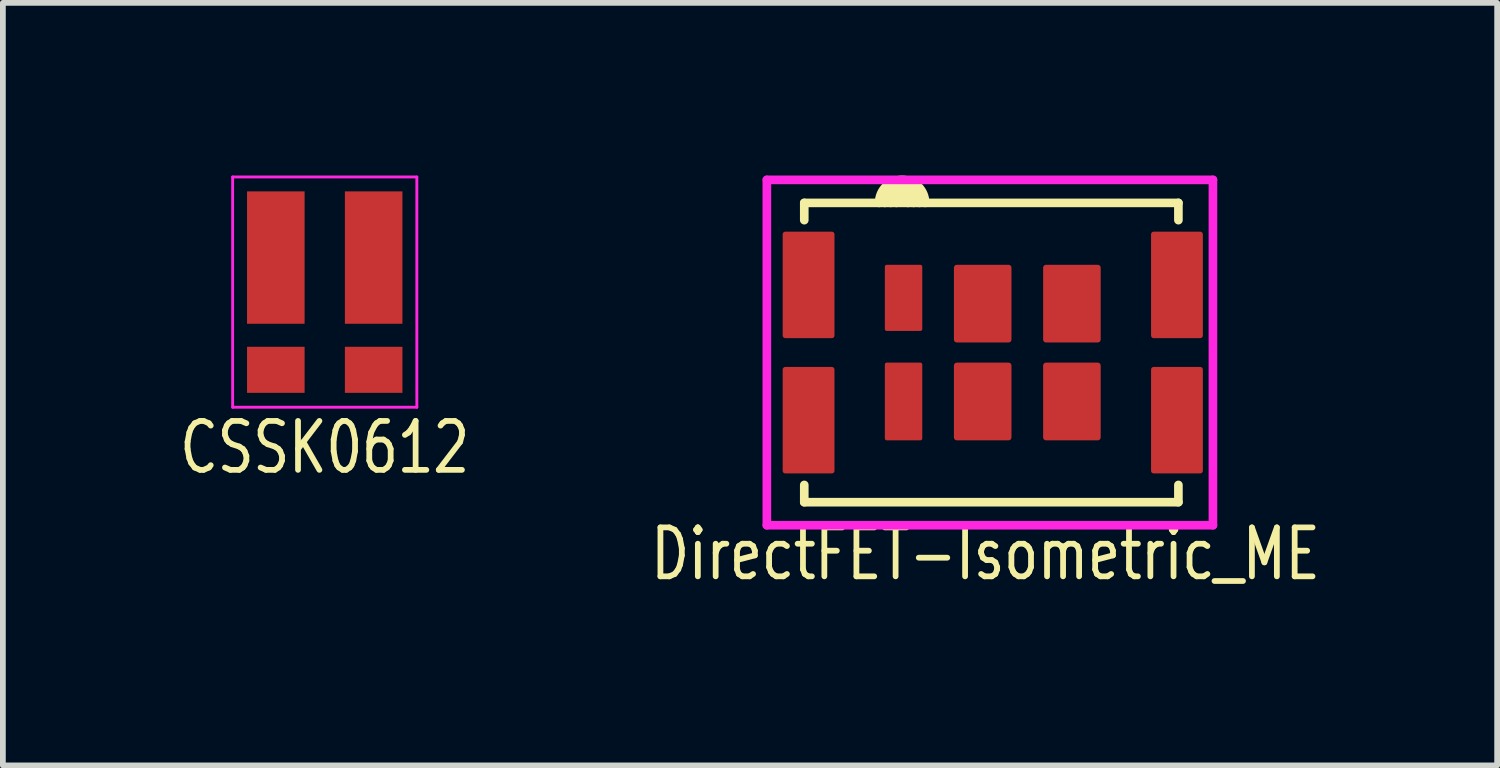
<source format=kicad_pcb>
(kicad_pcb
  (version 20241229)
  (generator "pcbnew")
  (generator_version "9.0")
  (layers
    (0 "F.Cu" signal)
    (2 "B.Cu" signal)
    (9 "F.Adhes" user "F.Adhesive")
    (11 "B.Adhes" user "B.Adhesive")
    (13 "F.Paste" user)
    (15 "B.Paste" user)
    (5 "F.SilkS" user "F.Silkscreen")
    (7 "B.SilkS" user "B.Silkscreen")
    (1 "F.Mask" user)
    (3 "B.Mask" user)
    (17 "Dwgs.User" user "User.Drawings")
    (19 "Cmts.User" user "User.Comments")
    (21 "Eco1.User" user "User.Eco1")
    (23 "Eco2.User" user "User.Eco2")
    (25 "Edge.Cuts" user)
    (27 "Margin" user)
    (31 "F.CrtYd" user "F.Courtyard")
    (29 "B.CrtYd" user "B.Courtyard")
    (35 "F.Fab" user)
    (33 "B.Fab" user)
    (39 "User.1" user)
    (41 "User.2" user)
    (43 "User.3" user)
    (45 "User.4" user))
  (footprint "DirectFET-Isometric_ME"
    (layer "F.Cu")
    (at 14.023 3.075)
    (property "Reference" "DirectFET-Isometric_ME" (at 0.05 3.5 0) (layer "F.SilkS") (effects (font (size 0.85 0.65) (thickness 0.1))))
    (attr through_hole)
    (fp_line (start -3.1 -2.6) (end 3.4 -2.6) (stroke (width 0.15) (type solid)) (layer "F.SilkS"))
    (fp_line (start -3.1 -2.3) (end -3.1 -2.6) (stroke (width 0.15) (type solid)) (layer "F.SilkS"))
    (fp_line (start -3.1 2.6) (end -3.1 2.3) (stroke (width 0.15) (type solid)) (layer "F.SilkS"))
    (fp_line (start -3.1 2.6) (end 3.4 2.6) (stroke (width 0.15) (type solid)) (layer "F.SilkS"))
    (fp_line (start 3.4 -2.6) (end 3.4 -2.3) (stroke (width 0.15) (type solid)) (layer "F.SilkS"))
    (fp_line (start 3.4 2.3) (end 3.4 2.6) (stroke (width 0.15) (type solid)) (layer "F.SilkS"))
    (fp_arc (start -1.8 -2.6) (mid -1.4 -3) (end -1 -2.6) (stroke (width 0.15) (type solid)) (layer "F.SilkS"))
    (fp_arc (start -1.7 -2.6) (mid -1.4 -2.9) (end -1.1 -2.6) (stroke (width 0.15) (type solid)) (layer "F.SilkS"))
    (fp_arc (start -1.6 -2.6) (mid -1.4 -2.8) (end -1.2 -2.6) (stroke (width 0.15) (type solid)) (layer "F.SilkS"))
    (fp_arc (start -1.5 -2.6) (mid -1.4 -2.7) (end -1.3 -2.6) (stroke (width 0.15) (type solid)) (layer "F.SilkS"))
    (fp_line (start -3.75 -3) (end -3.75 3) (stroke (width 0.15) (type solid)) (layer "F.CrtYd"))
    (fp_line (start -3.75 3) (end 4 3) (stroke (width 0.15) (type solid)) (layer "F.CrtYd"))
    (fp_line (start 4 -3) (end -3.75 -3) (stroke (width 0.15) (type solid)) (layer "F.CrtYd"))
    (fp_line (start 4 3) (end 4 -3) (stroke (width 0.15) (type solid)) (layer "F.CrtYd"))
    (pad "1" smd roundrect (at -1.375 -0.95) (size 0.65 1.15) (layers "F.Cu" "F.Mask" "F.Paste") (roundrect_rratio 0.05))
    (pad "2" smd roundrect (at -1.375 0.85) (size 0.65 1.35) (layers "F.Cu" "F.Mask" "F.Paste") (roundrect_rratio 0.05))
    (pad "2" smd roundrect (at 0 -0.85) (size 1 1.35) (layers "F.Cu" "F.Mask" "F.Paste") (roundrect_rratio 0.05))
    (pad "2" smd roundrect (at 0 0.85) (size 1 1.35) (layers "F.Cu" "F.Mask" "F.Paste") (roundrect_rratio 0.05))
    (pad "2" smd roundrect (at 1.55 -0.85) (size 1 1.35) (layers "F.Cu" "F.Mask" "F.Paste") (roundrect_rratio 0.05))
    (pad "2" smd roundrect (at 1.55 0.85) (size 1 1.35) (layers "F.Cu" "F.Mask" "F.Paste") (roundrect_rratio 0.05))
    (pad "3" smd roundrect (at -3.025 -1.175) (size 0.9 1.85) (layers "F.Cu" "F.Mask" "F.Paste") (roundrect_rratio 0.05))
    (pad "3" smd roundrect (at -3.025 1.175) (size 0.9 1.85) (layers "F.Cu" "F.Mask" "F.Paste") (roundrect_rratio 0.05))
    (pad "3" smd roundrect (at 3.375 -1.175) (size 0.9 1.85) (layers "F.Cu" "F.Mask" "F.Paste") (roundrect_rratio 0.05))
    (pad "3" smd roundrect (at 3.375 1.175) (size 0.9 1.85) (layers "F.Cu" "F.Mask" "F.Paste") (roundrect_rratio 0.05)))
  (footprint "CSSK0612"
    (layer "F.Cu")
    (at 2.592 2.025)
    (property "Reference" "CSSK0612" (at 0 2.7 0) (layer "F.SilkS") (effects (font (size 0.85 0.65) (thickness 0.1))))
    (attr through_hole)
    (fp_line (start -1.6 -2) (end -1.6 2) (stroke (width 0.05) (type solid)) (layer "F.CrtYd"))
    (fp_line (start -1.6 2) (end 1.6 2) (stroke (width 0.05) (type solid)) (layer "F.CrtYd"))
    (fp_line (start 1.6 -2) (end -1.6 -2) (stroke (width 0.05) (type solid)) (layer "F.CrtYd"))
    (fp_line (start 1.6 2) (end 1.6 -2) (stroke (width 0.05) (type solid)) (layer "F.CrtYd"))
    (pad "1" smd rect (at -0.85 -0.6) (size 1 2.3) (layers "F.Cu" "F.Mask" "F.Paste"))
    (pad "2" smd rect (at -0.85 1.35) (size 1 0.8) (layers "F.Cu" "F.Mask" "F.Paste"))
    (pad "3" smd rect (at 0.85 1.35) (size 1 0.8) (layers "F.Cu" "F.Mask" "F.Paste"))
    (pad "4" smd rect (at 0.85 -0.6) (size 1 2.3) (layers "F.Cu" "F.Mask" "F.Paste")))
  (gr_rect
    (start -3 -3)
    (end 22.961 10.248)
    (stroke (width 0.1) (type default))
    (fill no)
    (layer "Edge.Cuts")))
</source>
